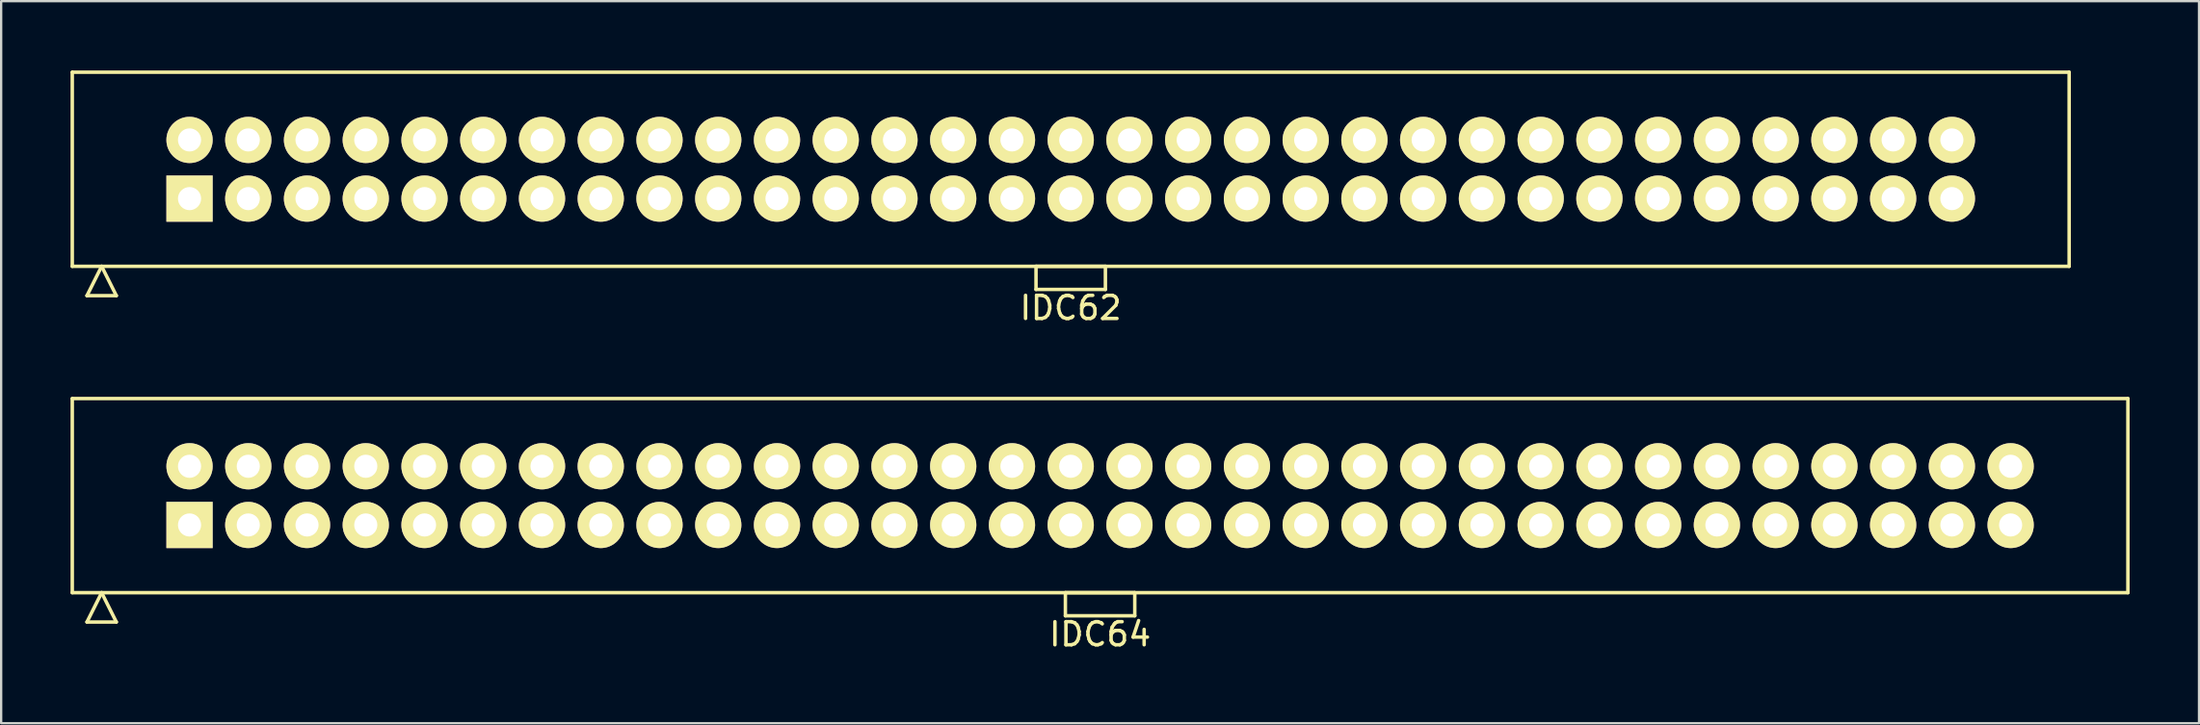
<source format=kicad_pcb>
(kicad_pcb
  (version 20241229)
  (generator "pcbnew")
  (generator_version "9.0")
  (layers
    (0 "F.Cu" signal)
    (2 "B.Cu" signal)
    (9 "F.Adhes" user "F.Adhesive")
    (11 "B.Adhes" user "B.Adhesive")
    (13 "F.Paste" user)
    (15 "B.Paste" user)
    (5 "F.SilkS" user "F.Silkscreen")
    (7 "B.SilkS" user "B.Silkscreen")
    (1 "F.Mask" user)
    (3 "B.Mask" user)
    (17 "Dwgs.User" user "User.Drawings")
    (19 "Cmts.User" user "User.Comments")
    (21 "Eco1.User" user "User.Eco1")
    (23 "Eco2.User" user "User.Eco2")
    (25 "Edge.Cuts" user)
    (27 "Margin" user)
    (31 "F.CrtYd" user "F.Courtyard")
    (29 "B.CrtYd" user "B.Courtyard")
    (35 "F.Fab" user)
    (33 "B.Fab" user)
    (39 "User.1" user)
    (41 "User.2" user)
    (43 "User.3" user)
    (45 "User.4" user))
  (footprint "IDC62"
    (layer "F.Cu")
    (at 43.245 4.275)
    (property "Reference" "IDC62" (at 0 6 0) (layer "F.SilkS") (effects (font (size 1 1) (thickness 0.15))))
    (attr through_hole)
    (fp_line (start -43.17 -4.2) (end -43.17 4.2) (stroke (width 0.15) (type solid)) (layer "F.SilkS"))
    (fp_line (start -43.17 4.2) (end 43.17 4.2) (stroke (width 0.15) (type solid)) (layer "F.SilkS"))
    (fp_line (start -42.535 5.47) (end -41.9 4.2) (stroke (width 0.15) (type solid)) (layer "F.SilkS"))
    (fp_line (start -42.535 5.47) (end -41.265 5.47) (stroke (width 0.15) (type solid)) (layer "F.SilkS"))
    (fp_line (start -41.265 5.47) (end -41.9 4.2) (stroke (width 0.15) (type solid)) (layer "F.SilkS"))
    (fp_line (start -1.5 4.2) (end -1.5 5.2) (stroke (width 0.15) (type solid)) (layer "F.SilkS"))
    (fp_line (start -1.5 5.2) (end 1.5 5.2) (stroke (width 0.15) (type solid)) (layer "F.SilkS"))
    (fp_line (start 1.5 4.2) (end -1.5 4.2) (stroke (width 0.15) (type solid)) (layer "F.SilkS"))
    (fp_line (start 1.5 5.2) (end 1.5 4.2) (stroke (width 0.15) (type solid)) (layer "F.SilkS"))
    (fp_line (start 43.17 -4.2) (end -43.17 -4.2) (stroke (width 0.15) (type solid)) (layer "F.SilkS"))
    (fp_line (start 43.17 4.2) (end 43.17 -4.2) (stroke (width 0.15) (type solid)) (layer "F.SilkS"))
    (pad "1" thru_hole rect (at -38.1 1.27) (size 2 2) (drill 1) (layers "*.Cu" "*.Mask" "F.SilkS"))
    (pad "2" thru_hole oval (at -38.1 -1.27) (size 2 2) (drill 1) (layers "*.Cu" "*.Mask" "F.SilkS"))
    (pad "3" thru_hole oval (at -35.56 1.27) (size 2 2) (drill 1) (layers "*.Cu" "*.Mask" "F.SilkS"))
    (pad "4" thru_hole oval (at -35.56 -1.27) (size 2 2) (drill 1) (layers "*.Cu" "*.Mask" "F.SilkS"))
    (pad "5" thru_hole oval (at -33.02 1.27) (size 2 2) (drill 1) (layers "*.Cu" "*.Mask" "F.SilkS"))
    (pad "6" thru_hole oval (at -33.02 -1.27) (size 2 2) (drill 1) (layers "*.Cu" "*.Mask" "F.SilkS"))
    (pad "7" thru_hole oval (at -30.48 1.27) (size 2 2) (drill 1) (layers "*.Cu" "*.Mask" "F.SilkS"))
    (pad "8" thru_hole oval (at -30.48 -1.27) (size 2 2) (drill 1) (layers "*.Cu" "*.Mask" "F.SilkS"))
    (pad "9" thru_hole oval (at -27.94 1.27) (size 2 2) (drill 1) (layers "*.Cu" "*.Mask" "F.SilkS"))
    (pad "10" thru_hole oval (at -27.94 -1.27) (size 2 2) (drill 1) (layers "*.Cu" "*.Mask" "F.SilkS"))
    (pad "11" thru_hole oval (at -25.4 1.27) (size 2 2) (drill 1) (layers "*.Cu" "*.Mask" "F.SilkS"))
    (pad "12" thru_hole oval (at -25.4 -1.27) (size 2 2) (drill 1) (layers "*.Cu" "*.Mask" "F.SilkS"))
    (pad "13" thru_hole oval (at -22.86 1.27) (size 2 2) (drill 1) (layers "*.Cu" "*.Mask" "F.SilkS"))
    (pad "14" thru_hole oval (at -22.86 -1.27) (size 2 2) (drill 1) (layers "*.Cu" "*.Mask" "F.SilkS"))
    (pad "15" thru_hole oval (at -20.32 1.27) (size 2 2) (drill 1) (layers "*.Cu" "*.Mask" "F.SilkS"))
    (pad "16" thru_hole oval (at -20.32 -1.27) (size 2 2) (drill 1) (layers "*.Cu" "*.Mask" "F.SilkS"))
    (pad "17" thru_hole oval (at -17.78 1.27) (size 2 2) (drill 1) (layers "*.Cu" "*.Mask" "F.SilkS"))
    (pad "18" thru_hole oval (at -17.78 -1.27) (size 2 2) (drill 1) (layers "*.Cu" "*.Mask" "F.SilkS"))
    (pad "19" thru_hole oval (at -15.24 1.27) (size 2 2) (drill 1) (layers "*.Cu" "*.Mask" "F.SilkS"))
    (pad "20" thru_hole oval (at -15.24 -1.27) (size 2 2) (drill 1) (layers "*.Cu" "*.Mask" "F.SilkS"))
    (pad "21" thru_hole oval (at -12.7 1.27) (size 2 2) (drill 1) (layers "*.Cu" "*.Mask" "F.SilkS"))
    (pad "22" thru_hole oval (at -12.7 -1.27) (size 2 2) (drill 1) (layers "*.Cu" "*.Mask" "F.SilkS"))
    (pad "23" thru_hole oval (at -10.16 1.27) (size 2 2) (drill 1) (layers "*.Cu" "*.Mask" "F.SilkS"))
    (pad "24" thru_hole oval (at -10.16 -1.27) (size 2 2) (drill 1) (layers "*.Cu" "*.Mask" "F.SilkS"))
    (pad "25" thru_hole oval (at -7.62 1.27) (size 2 2) (drill 1) (layers "*.Cu" "*.Mask" "F.SilkS"))
    (pad "26" thru_hole oval (at -7.62 -1.27) (size 2 2) (drill 1) (layers "*.Cu" "*.Mask" "F.SilkS"))
    (pad "27" thru_hole oval (at -5.08 1.27) (size 2 2) (drill 1) (layers "*.Cu" "*.Mask" "F.SilkS"))
    (pad "28" thru_hole oval (at -5.08 -1.27) (size 2 2) (drill 1) (layers "*.Cu" "*.Mask" "F.SilkS"))
    (pad "29" thru_hole oval (at -2.54 1.27) (size 2 2) (drill 1) (layers "*.Cu" "*.Mask" "F.SilkS"))
    (pad "30" thru_hole oval (at -2.54 -1.27) (size 2 2) (drill 1) (layers "*.Cu" "*.Mask" "F.SilkS"))
    (pad "31" thru_hole oval (at 0 1.27) (size 2 2) (drill 1) (layers "*.Cu" "*.Mask" "F.SilkS"))
    (pad "32" thru_hole oval (at 0 -1.27) (size 2 2) (drill 1) (layers "*.Cu" "*.Mask" "F.SilkS"))
    (pad "33" thru_hole oval (at 2.54 1.27) (size 2 2) (drill 1) (layers "*.Cu" "*.Mask" "F.SilkS"))
    (pad "34" thru_hole oval (at 2.54 -1.27) (size 2 2) (drill 1) (layers "*.Cu" "*.Mask" "F.SilkS"))
    (pad "35" thru_hole oval (at 5.08 1.27) (size 2 2) (drill 1) (layers "*.Cu" "*.Mask" "F.SilkS"))
    (pad "36" thru_hole oval (at 5.08 -1.27) (size 2 2) (drill 1) (layers "*.Cu" "*.Mask" "F.SilkS"))
    (pad "37" thru_hole oval (at 7.62 1.27) (size 2 2) (drill 1) (layers "*.Cu" "*.Mask" "F.SilkS"))
    (pad "38" thru_hole oval (at 7.62 -1.27) (size 2 2) (drill 1) (layers "*.Cu" "*.Mask" "F.SilkS"))
    (pad "39" thru_hole oval (at 10.16 1.27) (size 2 2) (drill 1) (layers "*.Cu" "*.Mask" "F.SilkS"))
    (pad "40" thru_hole oval (at 10.16 -1.27) (size 2 2) (drill 1) (layers "*.Cu" "*.Mask" "F.SilkS"))
    (pad "41" thru_hole oval (at 12.7 1.27) (size 2 2) (drill 1) (layers "*.Cu" "*.Mask" "F.SilkS"))
    (pad "42" thru_hole oval (at 12.7 -1.27) (size 2 2) (drill 1) (layers "*.Cu" "*.Mask" "F.SilkS"))
    (pad "43" thru_hole oval (at 15.24 1.27) (size 2 2) (drill 1) (layers "*.Cu" "*.Mask" "F.SilkS"))
    (pad "44" thru_hole oval (at 15.24 -1.27) (size 2 2) (drill 1) (layers "*.Cu" "*.Mask" "F.SilkS"))
    (pad "45" thru_hole oval (at 17.78 1.27) (size 2 2) (drill 1) (layers "*.Cu" "*.Mask" "F.SilkS"))
    (pad "46" thru_hole oval (at 17.78 -1.27) (size 2 2) (drill 1) (layers "*.Cu" "*.Mask" "F.SilkS"))
    (pad "47" thru_hole oval (at 20.32 1.27) (size 2 2) (drill 1) (layers "*.Cu" "*.Mask" "F.SilkS"))
    (pad "48" thru_hole oval (at 20.32 -1.27) (size 2 2) (drill 1) (layers "*.Cu" "*.Mask" "F.SilkS"))
    (pad "49" thru_hole oval (at 22.86 1.27) (size 2 2) (drill 1) (layers "*.Cu" "*.Mask" "F.SilkS"))
    (pad "50" thru_hole oval (at 22.86 -1.27) (size 2 2) (drill 1) (layers "*.Cu" "*.Mask" "F.SilkS"))
    (pad "51" thru_hole oval (at 25.4 1.27) (size 2 2) (drill 1) (layers "*.Cu" "*.Mask" "F.SilkS"))
    (pad "52" thru_hole oval (at 25.4 -1.27) (size 2 2) (drill 1) (layers "*.Cu" "*.Mask" "F.SilkS"))
    (pad "53" thru_hole oval (at 27.94 1.27) (size 2 2) (drill 1) (layers "*.Cu" "*.Mask" "F.SilkS"))
    (pad "54" thru_hole oval (at 27.94 -1.27) (size 2 2) (drill 1) (layers "*.Cu" "*.Mask" "F.SilkS"))
    (pad "55" thru_hole oval (at 30.48 1.27) (size 2 2) (drill 1) (layers "*.Cu" "*.Mask" "F.SilkS"))
    (pad "56" thru_hole oval (at 30.48 -1.27) (size 2 2) (drill 1) (layers "*.Cu" "*.Mask" "F.SilkS"))
    (pad "57" thru_hole oval (at 33.02 1.27) (size 2 2) (drill 1) (layers "*.Cu" "*.Mask" "F.SilkS"))
    (pad "58" thru_hole oval (at 33.02 -1.27) (size 2 2) (drill 1) (layers "*.Cu" "*.Mask" "F.SilkS"))
    (pad "59" thru_hole oval (at 35.56 1.27) (size 2 2) (drill 1) (layers "*.Cu" "*.Mask" "F.SilkS"))
    (pad "60" thru_hole oval (at 35.56 -1.27) (size 2 2) (drill 1) (layers "*.Cu" "*.Mask" "F.SilkS"))
    (pad "61" thru_hole oval (at 38.1 1.27) (size 2 2) (drill 1) (layers "*.Cu" "*.Mask" "F.SilkS"))
    (pad "62" thru_hole oval (at 38.1 -1.27) (size 2 2) (drill 1) (layers "*.Cu" "*.Mask" "F.SilkS")))
  (footprint "IDC64"
    (layer "F.Cu")
    (at 44.515 18.398)
    (property "Reference" "IDC64" (at 0 6 0) (layer "F.SilkS") (effects (font (size 1 1) (thickness 0.15))))
    (attr through_hole)
    (fp_line (start -44.44 -4.2) (end -44.44 4.2) (stroke (width 0.15) (type solid)) (layer "F.SilkS"))
    (fp_line (start -44.44 4.2) (end 44.44 4.2) (stroke (width 0.15) (type solid)) (layer "F.SilkS"))
    (fp_line (start -43.805 5.47) (end -43.17 4.2) (stroke (width 0.15) (type solid)) (layer "F.SilkS"))
    (fp_line (start -43.805 5.47) (end -42.535 5.47) (stroke (width 0.15) (type solid)) (layer "F.SilkS"))
    (fp_line (start -42.535 5.47) (end -43.17 4.2) (stroke (width 0.15) (type solid)) (layer "F.SilkS"))
    (fp_line (start -1.5 4.2) (end -1.5 5.2) (stroke (width 0.15) (type solid)) (layer "F.SilkS"))
    (fp_line (start -1.5 5.2) (end 1.5 5.2) (stroke (width 0.15) (type solid)) (layer "F.SilkS"))
    (fp_line (start 1.5 4.2) (end -1.5 4.2) (stroke (width 0.15) (type solid)) (layer "F.SilkS"))
    (fp_line (start 1.5 5.2) (end 1.5 4.2) (stroke (width 0.15) (type solid)) (layer "F.SilkS"))
    (fp_line (start 44.44 -4.2) (end -44.44 -4.2) (stroke (width 0.15) (type solid)) (layer "F.SilkS"))
    (fp_line (start 44.44 4.2) (end 44.44 -4.2) (stroke (width 0.15) (type solid)) (layer "F.SilkS"))
    (pad "1" thru_hole rect (at -39.37 1.27) (size 2 2) (drill 1) (layers "*.Cu" "*.Mask" "F.SilkS"))
    (pad "2" thru_hole oval (at -39.37 -1.27) (size 2 2) (drill 1) (layers "*.Cu" "*.Mask" "F.SilkS"))
    (pad "3" thru_hole oval (at -36.83 1.27) (size 2 2) (drill 1) (layers "*.Cu" "*.Mask" "F.SilkS"))
    (pad "4" thru_hole oval (at -36.83 -1.27) (size 2 2) (drill 1) (layers "*.Cu" "*.Mask" "F.SilkS"))
    (pad "5" thru_hole oval (at -34.29 1.27) (size 2 2) (drill 1) (layers "*.Cu" "*.Mask" "F.SilkS"))
    (pad "6" thru_hole oval (at -34.29 -1.27) (size 2 2) (drill 1) (layers "*.Cu" "*.Mask" "F.SilkS"))
    (pad "7" thru_hole oval (at -31.75 1.27) (size 2 2) (drill 1) (layers "*.Cu" "*.Mask" "F.SilkS"))
    (pad "8" thru_hole oval (at -31.75 -1.27) (size 2 2) (drill 1) (layers "*.Cu" "*.Mask" "F.SilkS"))
    (pad "9" thru_hole oval (at -29.21 1.27) (size 2 2) (drill 1) (layers "*.Cu" "*.Mask" "F.SilkS"))
    (pad "10" thru_hole oval (at -29.21 -1.27) (size 2 2) (drill 1) (layers "*.Cu" "*.Mask" "F.SilkS"))
    (pad "11" thru_hole oval (at -26.67 1.27) (size 2 2) (drill 1) (layers "*.Cu" "*.Mask" "F.SilkS"))
    (pad "12" thru_hole oval (at -26.67 -1.27) (size 2 2) (drill 1) (layers "*.Cu" "*.Mask" "F.SilkS"))
    (pad "13" thru_hole oval (at -24.13 1.27) (size 2 2) (drill 1) (layers "*.Cu" "*.Mask" "F.SilkS"))
    (pad "14" thru_hole oval (at -24.13 -1.27) (size 2 2) (drill 1) (layers "*.Cu" "*.Mask" "F.SilkS"))
    (pad "15" thru_hole oval (at -21.59 1.27) (size 2 2) (drill 1) (layers "*.Cu" "*.Mask" "F.SilkS"))
    (pad "16" thru_hole oval (at -21.59 -1.27) (size 2 2) (drill 1) (layers "*.Cu" "*.Mask" "F.SilkS"))
    (pad "17" thru_hole oval (at -19.05 1.27) (size 2 2) (drill 1) (layers "*.Cu" "*.Mask" "F.SilkS"))
    (pad "18" thru_hole oval (at -19.05 -1.27) (size 2 2) (drill 1) (layers "*.Cu" "*.Mask" "F.SilkS"))
    (pad "19" thru_hole oval (at -16.51 1.27) (size 2 2) (drill 1) (layers "*.Cu" "*.Mask" "F.SilkS"))
    (pad "20" thru_hole oval (at -16.51 -1.27) (size 2 2) (drill 1) (layers "*.Cu" "*.Mask" "F.SilkS"))
    (pad "21" thru_hole oval (at -13.97 1.27) (size 2 2) (drill 1) (layers "*.Cu" "*.Mask" "F.SilkS"))
    (pad "22" thru_hole oval (at -13.97 -1.27) (size 2 2) (drill 1) (layers "*.Cu" "*.Mask" "F.SilkS"))
    (pad "23" thru_hole oval (at -11.43 1.27) (size 2 2) (drill 1) (layers "*.Cu" "*.Mask" "F.SilkS"))
    (pad "24" thru_hole oval (at -11.43 -1.27) (size 2 2) (drill 1) (layers "*.Cu" "*.Mask" "F.SilkS"))
    (pad "25" thru_hole oval (at -8.89 1.27) (size 2 2) (drill 1) (layers "*.Cu" "*.Mask" "F.SilkS"))
    (pad "26" thru_hole oval (at -8.89 -1.27) (size 2 2) (drill 1) (layers "*.Cu" "*.Mask" "F.SilkS"))
    (pad "27" thru_hole oval (at -6.35 1.27) (size 2 2) (drill 1) (layers "*.Cu" "*.Mask" "F.SilkS"))
    (pad "28" thru_hole oval (at -6.35 -1.27) (size 2 2) (drill 1) (layers "*.Cu" "*.Mask" "F.SilkS"))
    (pad "29" thru_hole oval (at -3.81 1.27) (size 2 2) (drill 1) (layers "*.Cu" "*.Mask" "F.SilkS"))
    (pad "30" thru_hole oval (at -3.81 -1.27) (size 2 2) (drill 1) (layers "*.Cu" "*.Mask" "F.SilkS"))
    (pad "31" thru_hole oval (at -1.27 1.27) (size 2 2) (drill 1) (layers "*.Cu" "*.Mask" "F.SilkS"))
    (pad "32" thru_hole oval (at -1.27 -1.27) (size 2 2) (drill 1) (layers "*.Cu" "*.Mask" "F.SilkS"))
    (pad "33" thru_hole oval (at 1.27 1.27) (size 2 2) (drill 1) (layers "*.Cu" "*.Mask" "F.SilkS"))
    (pad "34" thru_hole oval (at 1.27 -1.27) (size 2 2) (drill 1) (layers "*.Cu" "*.Mask" "F.SilkS"))
    (pad "35" thru_hole oval (at 3.81 1.27) (size 2 2) (drill 1) (layers "*.Cu" "*.Mask" "F.SilkS"))
    (pad "36" thru_hole oval (at 3.81 -1.27) (size 2 2) (drill 1) (layers "*.Cu" "*.Mask" "F.SilkS"))
    (pad "37" thru_hole oval (at 6.35 1.27) (size 2 2) (drill 1) (layers "*.Cu" "*.Mask" "F.SilkS"))
    (pad "38" thru_hole oval (at 6.35 -1.27) (size 2 2) (drill 1) (layers "*.Cu" "*.Mask" "F.SilkS"))
    (pad "39" thru_hole oval (at 8.89 1.27) (size 2 2) (drill 1) (layers "*.Cu" "*.Mask" "F.SilkS"))
    (pad "40" thru_hole oval (at 8.89 -1.27) (size 2 2) (drill 1) (layers "*.Cu" "*.Mask" "F.SilkS"))
    (pad "41" thru_hole oval (at 11.43 1.27) (size 2 2) (drill 1) (layers "*.Cu" "*.Mask" "F.SilkS"))
    (pad "42" thru_hole oval (at 11.43 -1.27) (size 2 2) (drill 1) (layers "*.Cu" "*.Mask" "F.SilkS"))
    (pad "43" thru_hole oval (at 13.97 1.27) (size 2 2) (drill 1) (layers "*.Cu" "*.Mask" "F.SilkS"))
    (pad "44" thru_hole oval (at 13.97 -1.27) (size 2 2) (drill 1) (layers "*.Cu" "*.Mask" "F.SilkS"))
    (pad "45" thru_hole oval (at 16.51 1.27) (size 2 2) (drill 1) (layers "*.Cu" "*.Mask" "F.SilkS"))
    (pad "46" thru_hole oval (at 16.51 -1.27) (size 2 2) (drill 1) (layers "*.Cu" "*.Mask" "F.SilkS"))
    (pad "47" thru_hole oval (at 19.05 1.27) (size 2 2) (drill 1) (layers "*.Cu" "*.Mask" "F.SilkS"))
    (pad "48" thru_hole oval (at 19.05 -1.27) (size 2 2) (drill 1) (layers "*.Cu" "*.Mask" "F.SilkS"))
    (pad "49" thru_hole oval (at 21.59 1.27) (size 2 2) (drill 1) (layers "*.Cu" "*.Mask" "F.SilkS"))
    (pad "50" thru_hole oval (at 21.59 -1.27) (size 2 2) (drill 1) (layers "*.Cu" "*.Mask" "F.SilkS"))
    (pad "51" thru_hole oval (at 24.13 1.27) (size 2 2) (drill 1) (layers "*.Cu" "*.Mask" "F.SilkS"))
    (pad "52" thru_hole oval (at 24.13 -1.27) (size 2 2) (drill 1) (layers "*.Cu" "*.Mask" "F.SilkS"))
    (pad "53" thru_hole oval (at 26.67 1.27) (size 2 2) (drill 1) (layers "*.Cu" "*.Mask" "F.SilkS"))
    (pad "54" thru_hole oval (at 26.67 -1.27) (size 2 2) (drill 1) (layers "*.Cu" "*.Mask" "F.SilkS"))
    (pad "55" thru_hole oval (at 29.21 1.27) (size 2 2) (drill 1) (layers "*.Cu" "*.Mask" "F.SilkS"))
    (pad "56" thru_hole oval (at 29.21 -1.27) (size 2 2) (drill 1) (layers "*.Cu" "*.Mask" "F.SilkS"))
    (pad "57" thru_hole oval (at 31.75 1.27) (size 2 2) (drill 1) (layers "*.Cu" "*.Mask" "F.SilkS"))
    (pad "58" thru_hole oval (at 31.75 -1.27) (size 2 2) (drill 1) (layers "*.Cu" "*.Mask" "F.SilkS"))
    (pad "59" thru_hole oval (at 34.29 1.27) (size 2 2) (drill 1) (layers "*.Cu" "*.Mask" "F.SilkS"))
    (pad "60" thru_hole oval (at 34.29 -1.27) (size 2 2) (drill 1) (layers "*.Cu" "*.Mask" "F.SilkS"))
    (pad "61" thru_hole oval (at 36.83 1.27) (size 2 2) (drill 1) (layers "*.Cu" "*.Mask" "F.SilkS"))
    (pad "62" thru_hole oval (at 36.83 -1.27) (size 2 2) (drill 1) (layers "*.Cu" "*.Mask" "F.SilkS"))
    (pad "63" thru_hole oval (at 39.37 1.27) (size 2 2) (drill 1) (layers "*.Cu" "*.Mask" "F.SilkS"))
    (pad "64" thru_hole oval (at 39.37 -1.27) (size 2 2) (drill 1) (layers "*.Cu" "*.Mask" "F.SilkS")))
  (gr_rect
    (start -3 -3)
    (end 92.03 28.247)
    (stroke (width 0.1) (type default))
    (fill no)
    (layer "Edge.Cuts")))
</source>
